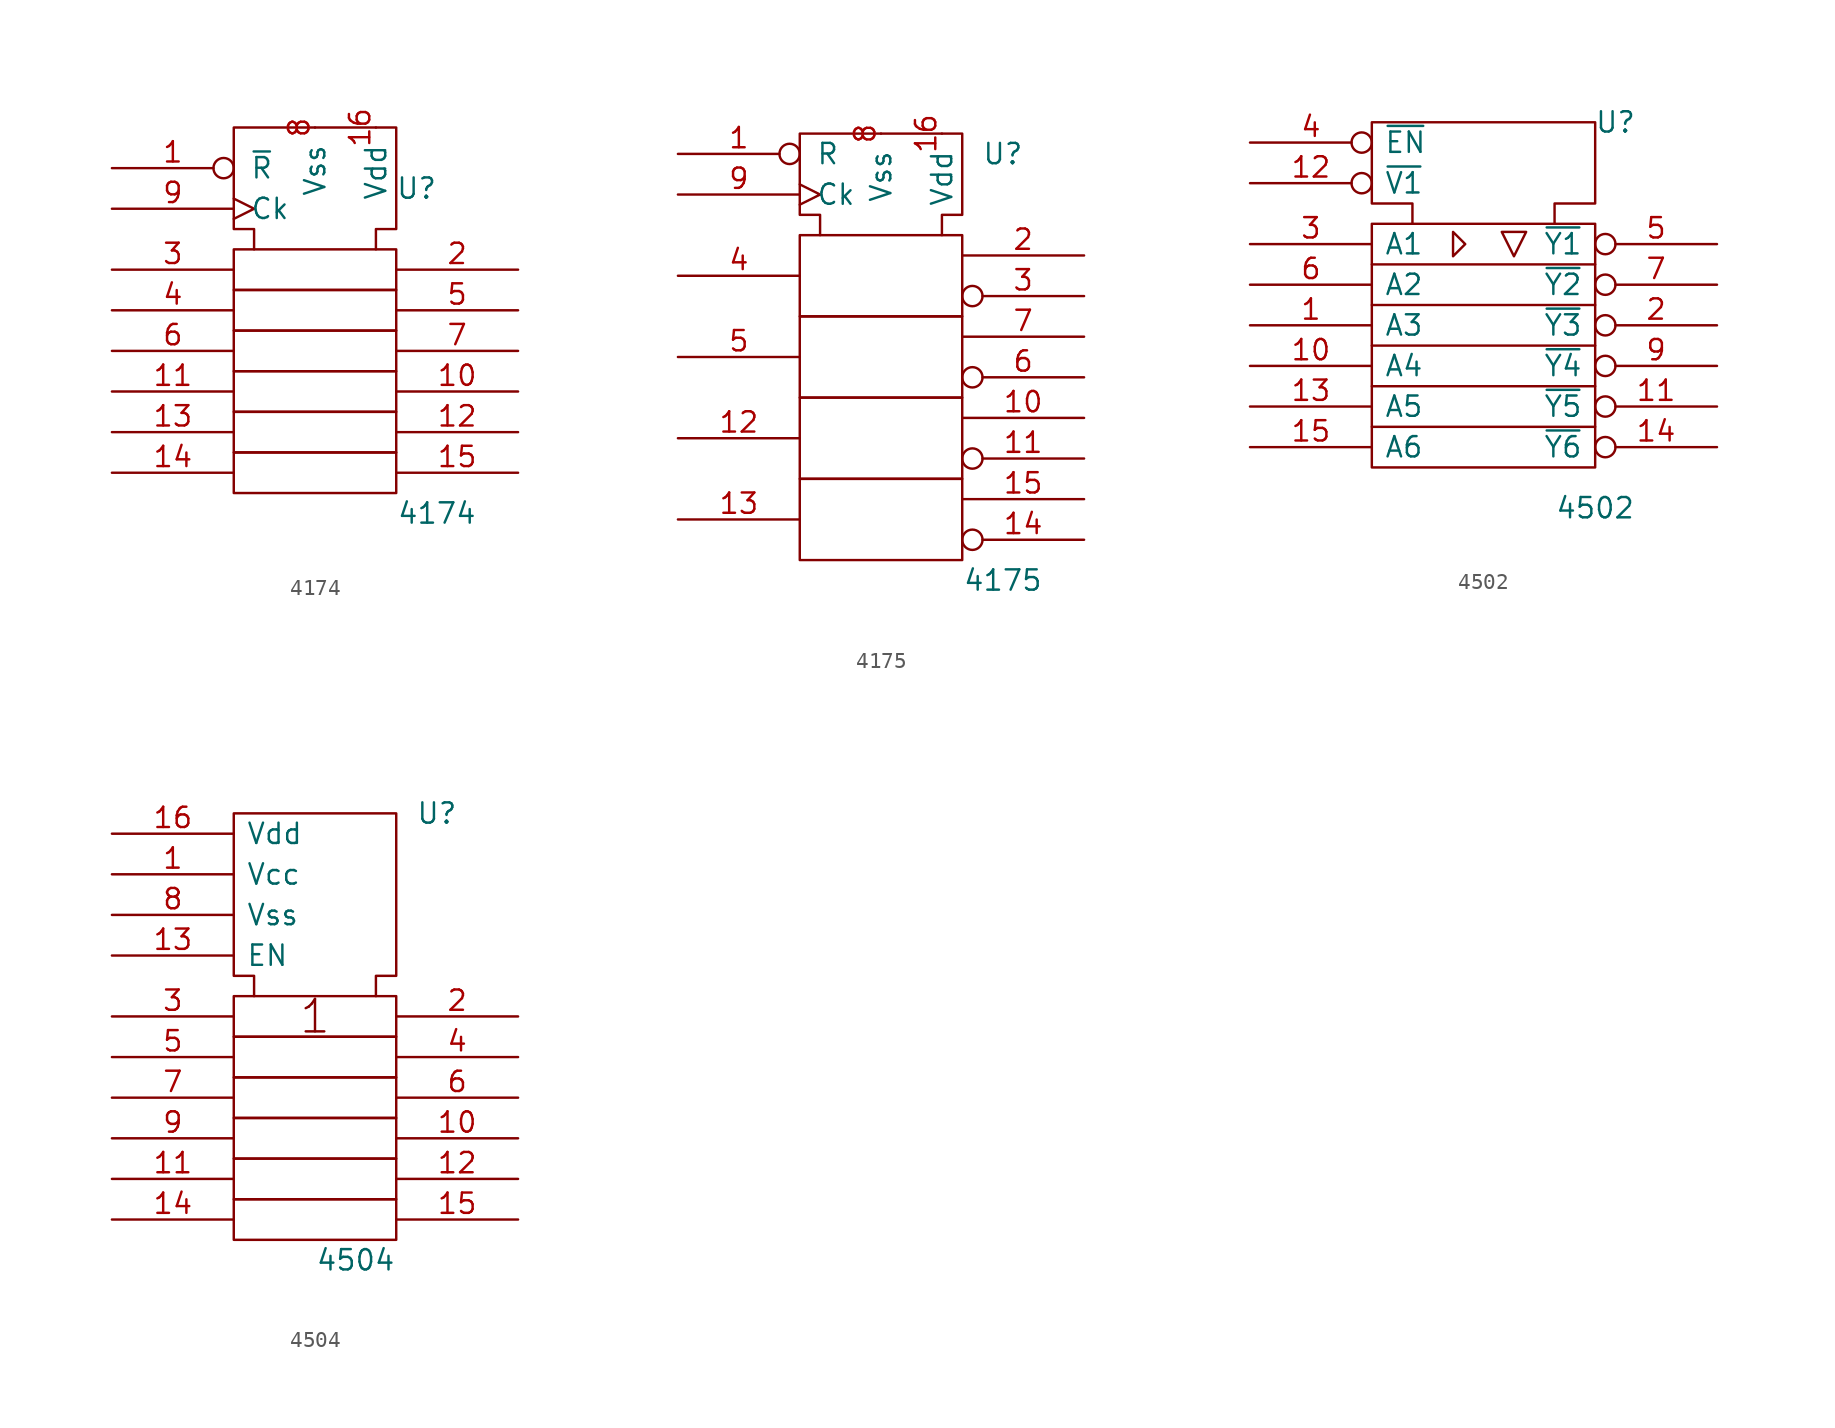
<source format=kicad_sym>
(kicad_symbol_lib
  (version 20201005)
  (generator kicad_symbol_editor)
  (symbol "4xxx_IEEE:4174"
    (pin_names
      (offset 1.016))
    (property "Reference" "U"
      (at 6.35 8.89 0)
      (effects (font (size 1.27 1.27))))
    (property "Value" "4174"
      (at 7.62 -11.43 0)
      (effects (font (size 1.27 1.27))))
    (symbol "4174_0_0"
      (pin input inverted (at -12.7 10.16 0) (length 7.62) (name "~R" (effects (font (size 1.27 1.27)))) (number "1" (effects (font (size 1.27 1.27)))))
      (pin power_in line (at 3.81 12.7 270) (length 0) (name "Vdd" (effects (font (size 1.27 1.27)))) (number "16" (effects (font (size 1.27 1.27)))))
      (pin power_in line (at 0 12.7 270) (length 0) (name "Vss" (effects (font (size 1.27 1.27)))) (number "8" (effects (font (size 1.27 1.27)))))
      (pin input clock (at -12.7 7.62 0) (length 7.62) (name "Ck" (effects (font (size 1.27 1.27)))) (number "9" (effects (font (size 1.27 1.27))))))
    (symbol "4174_0_1"
      (rectangle (start -5.08 -7.62) (end 5.08 -10.16) (stroke (width 0)) (fill (type none)))
      (rectangle (start -5.08 -5.08) (end 5.08 -7.62) (stroke (width 0)) (fill (type none)))
      (rectangle (start -5.08 -2.54) (end 5.08 -5.08) (stroke (width 0)) (fill (type none)))
      (rectangle (start -5.08 0) (end 5.08 -2.54) (stroke (width 0)) (fill (type none)))
      (rectangle (start -5.08 2.54) (end 5.08 0) (stroke (width 0)) (fill (type none)))
      (rectangle (start -5.08 5.08) (end 5.08 2.54) (stroke (width 0)) (fill (type none)))
      (polyline (pts (xy -3.81 5.08) (xy -3.81 6.35) (xy -5.08 6.35) (xy -5.08 12.7) (xy 5.08 12.7) (xy 5.08 6.35) (xy 3.81 6.35) (xy 3.81 5.08) (xy 3.81 5.08)) (stroke (width 0)) (fill (type none))))
    (symbol "4174_1_0"
      (pin output line (at 12.7 -3.81 180) (length 7.62) (name "~" (effects (font (size 1.27 1.27)))) (number "10" (effects (font (size 1.27 1.27)))))
      (pin input line (at -12.7 -3.81 0) (length 7.62) (name "~" (effects (font (size 1.27 1.27)))) (number "11" (effects (font (size 1.27 1.27)))))
      (pin output line (at 12.7 -6.35 180) (length 7.62) (name "~" (effects (font (size 1.27 1.27)))) (number "12" (effects (font (size 1.27 1.27)))))
      (pin input line (at -12.7 -6.35 0) (length 7.62) (name "~" (effects (font (size 1.27 1.27)))) (number "13" (effects (font (size 1.27 1.27)))))
      (pin input line (at -12.7 -8.89 0) (length 7.62) (name "~" (effects (font (size 1.27 1.27)))) (number "14" (effects (font (size 1.27 1.27)))))
      (pin output line (at 12.7 -8.89 180) (length 7.62) (name "~" (effects (font (size 1.27 1.27)))) (number "15" (effects (font (size 1.27 1.27)))))
      (pin output line (at 12.7 3.81 180) (length 7.62) (name "~" (effects (font (size 1.27 1.27)))) (number "2" (effects (font (size 1.27 1.27)))))
      (pin input line (at -12.7 3.81 0) (length 7.62) (name "~" (effects (font (size 1.27 1.27)))) (number "3" (effects (font (size 1.27 1.27)))))
      (pin input line (at -12.7 1.27 0) (length 7.62) (name "~" (effects (font (size 1.27 1.27)))) (number "4" (effects (font (size 1.27 1.27)))))
      (pin output line (at 12.7 1.27 180) (length 7.62) (name "~" (effects (font (size 1.27 1.27)))) (number "5" (effects (font (size 1.27 1.27)))))
      (pin input line (at -12.7 -1.27 0) (length 7.62) (name "~" (effects (font (size 1.27 1.27)))) (number "6" (effects (font (size 1.27 1.27)))))
      (pin output line (at 12.7 -1.27 180) (length 7.62) (name "~" (effects (font (size 1.27 1.27)))) (number "7" (effects (font (size 1.27 1.27)))))))
  (symbol "4xxx_IEEE:4175"
    (pin_names
      (offset 1.016))
    (property "Reference" "U"
      (at 7.62 11.43 0)
      (effects (font (size 1.27 1.27))))
    (property "Value" "4175"
      (at 7.62 -15.24 0)
      (effects (font (size 1.27 1.27))))
    (symbol "4175_0_1"
      (rectangle (start -5.08 -8.89) (end 5.08 -13.97) (stroke (width 0)) (fill (type none)))
      (rectangle (start -5.08 1.27) (end 5.08 -3.81) (stroke (width 0)) (fill (type none)))
      (rectangle (start 5.08 -3.81) (end -5.08 -8.89) (stroke (width 0)) (fill (type none)))
      (rectangle (start 5.08 6.35) (end -5.08 1.27) (stroke (width 0)) (fill (type none)))
      (polyline (pts (xy -3.81 6.35) (xy -3.81 7.62) (xy -5.08 7.62) (xy -5.08 12.7) (xy 5.08 12.7) (xy 5.08 7.62) (xy 3.81 7.62) (xy 3.81 6.35) (xy 3.81 6.35)) (stroke (width 0)) (fill (type none))))
    (symbol "4175_1_0"
      (pin input inverted (at -12.7 11.43 0) (length 7.62) (name "R" (effects (font (size 1.27 1.27)))) (number "1" (effects (font (size 1.27 1.27)))))
      (pin output line (at 12.7 -5.08 180) (length 7.62) (name "~" (effects (font (size 1.27 1.27)))) (number "10" (effects (font (size 1.27 1.27)))))
      (pin output inverted (at 12.7 -7.62 180) (length 7.62) (name "~" (effects (font (size 1.27 1.27)))) (number "11" (effects (font (size 1.27 1.27)))))
      (pin input line (at -12.7 -6.35 0) (length 7.62) (name "~" (effects (font (size 1.27 1.27)))) (number "12" (effects (font (size 1.27 1.27)))))
      (pin input line (at -12.7 -11.43 0) (length 7.62) (name "~" (effects (font (size 1.27 1.27)))) (number "13" (effects (font (size 1.27 1.27)))))
      (pin output inverted (at 12.7 -12.7 180) (length 7.62) (name "~" (effects (font (size 1.27 1.27)))) (number "14" (effects (font (size 1.27 1.27)))))
      (pin output line (at 12.7 -10.16 180) (length 7.62) (name "~" (effects (font (size 1.27 1.27)))) (number "15" (effects (font (size 1.27 1.27)))))
      (pin power_in line (at 3.81 12.7 270) (length 0) (name "Vdd" (effects (font (size 1.27 1.27)))) (number "16" (effects (font (size 1.27 1.27)))))
      (pin output line (at 12.7 5.08 180) (length 7.62) (name "~" (effects (font (size 1.27 1.27)))) (number "2" (effects (font (size 1.27 1.27)))))
      (pin output inverted (at 12.7 2.54 180) (length 7.62) (name "~" (effects (font (size 1.27 1.27)))) (number "3" (effects (font (size 1.27 1.27)))))
      (pin input line (at -12.7 3.81 0) (length 7.62) (name "~" (effects (font (size 1.27 1.27)))) (number "4" (effects (font (size 1.27 1.27)))))
      (pin input line (at -12.7 -1.27 0) (length 7.62) (name "~" (effects (font (size 1.27 1.27)))) (number "5" (effects (font (size 1.27 1.27)))))
      (pin output inverted (at 12.7 -2.54 180) (length 7.62) (name "~" (effects (font (size 1.27 1.27)))) (number "6" (effects (font (size 1.27 1.27)))))
      (pin output line (at 12.7 0 180) (length 7.62) (name "~" (effects (font (size 1.27 1.27)))) (number "7" (effects (font (size 1.27 1.27)))))
      (pin power_in line (at 0 12.7 270) (length 0) (name "Vss" (effects (font (size 1.27 1.27)))) (number "8" (effects (font (size 1.27 1.27)))))
      (pin input clock (at -12.7 8.89 0) (length 7.62) (name "Ck" (effects (font (size 1.27 1.27)))) (number "9" (effects (font (size 1.27 1.27)))))))
  (symbol "4xxx_IEEE:4502"
    (pin_names
      (offset 0.762))
    (property "Reference" "U"
      (at 7.62 13.97 0)
      (effects (font (size 1.27 1.27))))
    (property "Value" "4502"
      (at 6.35 -10.16 0)
      (effects (font (size 1.27 1.27))))
    (symbol "4502_0_0"
      (polyline (pts (xy -7.62 -5.08) (xy 6.35 -5.08) (xy 6.35 -5.08)) (stroke (width 0)) (fill (type none)))
      (polyline (pts (xy -7.62 0) (xy 6.35 0) (xy 6.35 0)) (stroke (width 0)) (fill (type none)))
      (polyline (pts (xy -7.62 5.08) (xy 6.35 5.08) (xy 6.35 5.08)) (stroke (width 0)) (fill (type none)))
      (polyline (pts (xy -5.08 7.62) (xy 3.81 7.62) (xy 3.81 7.62)) (stroke (width 0)) (fill (type none)))
      (polyline (pts (xy 6.35 -2.54) (xy -7.62 -2.54) (xy -7.62 -2.54)) (stroke (width 0)) (fill (type none)))
      (polyline (pts (xy 6.35 2.54) (xy -7.62 2.54) (xy -7.62 2.54)) (stroke (width 0)) (fill (type none)))
      (polyline (pts (xy -2.54 7.112) (xy -2.54 5.588) (xy -1.778 6.35) (xy -2.54 7.112) (xy -2.54 7.112)) (stroke (width 0)) (fill (type none)))
      (polyline (pts (xy 0.508 7.112) (xy 2.032 7.112) (xy 1.27 5.588) (xy 0.508 7.112) (xy 0.508 7.112)) (stroke (width 0)) (fill (type none)))
      (polyline (pts (xy -7.62 13.97) (xy -7.62 8.89) (xy -5.08 8.89) (xy -5.08 7.62) (xy -7.62 7.62) (xy -7.62 -7.62) (xy 6.35 -7.62) (xy 6.35 7.62) (xy 3.81 7.62) (xy 3.81 8.89) (xy 6.35 8.89) (xy 6.35 13.97) (xy -7.62 13.97) (xy -7.62 13.97)) (stroke (width 0)) (fill (type none)))
      (pin power_in line (at 3.81 13.97 270) (length 0) hide (name "Vdd" (effects (font (size 1.27 1.27)))) (number "16" (effects (font (size 1.27 1.27)))))
      (pin power_in line (at 0 13.97 270) (length 0) hide (name "Vss" (effects (font (size 1.27 1.27)))) (number "8" (effects (font (size 1.27 1.27))))))
    (symbol "4502_1_1"
      (pin input line (at -15.24 1.27 0) (length 7.62) (name "A3" (effects (font (size 1.27 1.27)))) (number "1" (effects (font (size 1.27 1.27)))))
      (pin input line (at -15.24 -1.27 0) (length 7.62) (name "A4" (effects (font (size 1.27 1.27)))) (number "10" (effects (font (size 1.27 1.27)))))
      (pin output inverted (at 13.97 -3.81 180) (length 7.62) (name "~Y5" (effects (font (size 1.27 1.27)))) (number "11" (effects (font (size 1.27 1.27)))))
      (pin input inverted (at -15.24 10.16 0) (length 7.62) (name "~V1" (effects (font (size 1.27 1.27)))) (number "12" (effects (font (size 1.27 1.27)))))
      (pin input line (at -15.24 -3.81 0) (length 7.62) (name "A5" (effects (font (size 1.27 1.27)))) (number "13" (effects (font (size 1.27 1.27)))))
      (pin output inverted (at 13.97 -6.35 180) (length 7.62) (name "~Y6" (effects (font (size 1.27 1.27)))) (number "14" (effects (font (size 1.27 1.27)))))
      (pin input line (at -15.24 -6.35 0) (length 7.62) (name "A6" (effects (font (size 1.27 1.27)))) (number "15" (effects (font (size 1.27 1.27)))))
      (pin output inverted (at 13.97 1.27 180) (length 7.62) (name "~Y3" (effects (font (size 1.27 1.27)))) (number "2" (effects (font (size 1.27 1.27)))))
      (pin input line (at -15.24 6.35 0) (length 7.62) (name "A1" (effects (font (size 1.27 1.27)))) (number "3" (effects (font (size 1.27 1.27)))))
      (pin input inverted (at -15.24 12.7 0) (length 7.62) (name "~EN" (effects (font (size 1.27 1.27)))) (number "4" (effects (font (size 1.27 1.27)))))
      (pin output inverted (at 13.97 6.35 180) (length 7.62) (name "~Y1" (effects (font (size 1.27 1.27)))) (number "5" (effects (font (size 1.27 1.27)))))
      (pin input line (at -15.24 3.81 0) (length 7.62) (name "A2" (effects (font (size 1.27 1.27)))) (number "6" (effects (font (size 1.27 1.27)))))
      (pin output inverted (at 13.97 3.81 180) (length 7.62) (name "~Y2" (effects (font (size 1.27 1.27)))) (number "7" (effects (font (size 1.27 1.27)))))
      (pin output inverted (at 13.97 -1.27 180) (length 7.62) (name "~Y4" (effects (font (size 1.27 1.27)))) (number "9" (effects (font (size 1.27 1.27)))))))
  (symbol "4xxx_IEEE:4504"
    (pin_names
      (offset 0.762))
    (property "Reference" "U"
      (at 7.62 12.7 0)
      (effects (font (size 1.27 1.27))))
    (property "Value" "4504"
      (at 2.54 -15.24 0)
      (effects (font (size 1.27 1.27))))
    (symbol "4504_0_0"
      (text "1" (at 0 0 0) (effects (font (size 2.032 2.032))))
      (rectangle (start -5.08 -11.43) (end 5.08 -13.97) (stroke (width 0)) (fill (type none)))
      (rectangle (start -5.08 -8.89) (end 5.08 -11.43) (stroke (width 0)) (fill (type none)))
      (rectangle (start -5.08 -6.35) (end 5.08 -8.89) (stroke (width 0)) (fill (type none)))
      (rectangle (start -5.08 -3.81) (end 5.08 -6.35) (stroke (width 0)) (fill (type none)))
      (rectangle (start -5.08 -1.27) (end 5.08 -3.81) (stroke (width 0)) (fill (type none)))
      (rectangle (start -5.08 1.27) (end 5.08 -1.27) (stroke (width 0)) (fill (type none)))
      (polyline (pts (xy -3.81 1.27) (xy -3.81 2.54) (xy -5.08 2.54) (xy -5.08 12.7) (xy 5.08 12.7) (xy 5.08 2.54) (xy 3.81 2.54) (xy 3.81 1.27) (xy 3.81 1.27)) (stroke (width 0)) (fill (type none))))
    (symbol "4504_1_1"
      (pin power_in line (at -12.7 8.89 0) (length 7.62) (name "Vcc" (effects (font (size 1.27 1.27)))) (number "1" (effects (font (size 1.27 1.27)))))
      (pin output line (at 12.7 -7.62 180) (length 7.62) (name "~" (effects (font (size 1.27 1.27)))) (number "10" (effects (font (size 1.27 1.27)))))
      (pin input line (at -12.7 -10.16 0) (length 7.62) (name "~" (effects (font (size 1.27 1.27)))) (number "11" (effects (font (size 1.27 1.27)))))
      (pin output line (at 12.7 -10.16 180) (length 7.62) (name "~" (effects (font (size 1.27 1.27)))) (number "12" (effects (font (size 1.27 1.27)))))
      (pin input line (at -12.7 3.81 0) (length 7.62) (name "EN" (effects (font (size 1.27 1.27)))) (number "13" (effects (font (size 1.27 1.27)))))
      (pin input line (at -12.7 -12.7 0) (length 7.62) (name "~" (effects (font (size 1.27 1.27)))) (number "14" (effects (font (size 1.27 1.27)))))
      (pin output line (at 12.7 -12.7 180) (length 7.62) (name "~" (effects (font (size 1.27 1.27)))) (number "15" (effects (font (size 1.27 1.27)))))
      (pin power_in line (at -12.7 11.43 0) (length 7.62) (name "Vdd" (effects (font (size 1.27 1.27)))) (number "16" (effects (font (size 1.27 1.27)))))
      (pin output line (at 12.7 0 180) (length 7.62) (name "~" (effects (font (size 1.27 1.27)))) (number "2" (effects (font (size 1.27 1.27)))))
      (pin input line (at -12.7 0 0) (length 7.62) (name "~" (effects (font (size 1.27 1.27)))) (number "3" (effects (font (size 1.27 1.27)))))
      (pin output line (at 12.7 -2.54 180) (length 7.62) (name "~" (effects (font (size 1.27 1.27)))) (number "4" (effects (font (size 1.27 1.27)))))
      (pin input line (at -12.7 -2.54 0) (length 7.62) (name "~" (effects (font (size 1.27 1.27)))) (number "5" (effects (font (size 1.27 1.27)))))
      (pin output line (at 12.7 -5.08 180) (length 7.62) (name "~" (effects (font (size 1.27 1.27)))) (number "6" (effects (font (size 1.27 1.27)))))
      (pin input line (at -12.7 -5.08 0) (length 7.62) (name "~" (effects (font (size 1.27 1.27)))) (number "7" (effects (font (size 1.27 1.27)))))
      (pin power_in line (at -12.7 6.35 0) (length 7.62) (name "Vss" (effects (font (size 1.27 1.27)))) (number "8" (effects (font (size 1.27 1.27)))))
      (pin input line (at -12.7 -7.62 0) (length 7.62) (name "~" (effects (font (size 1.27 1.27)))) (number "9" (effects (font (size 1.27 1.27))))))))
</source>
